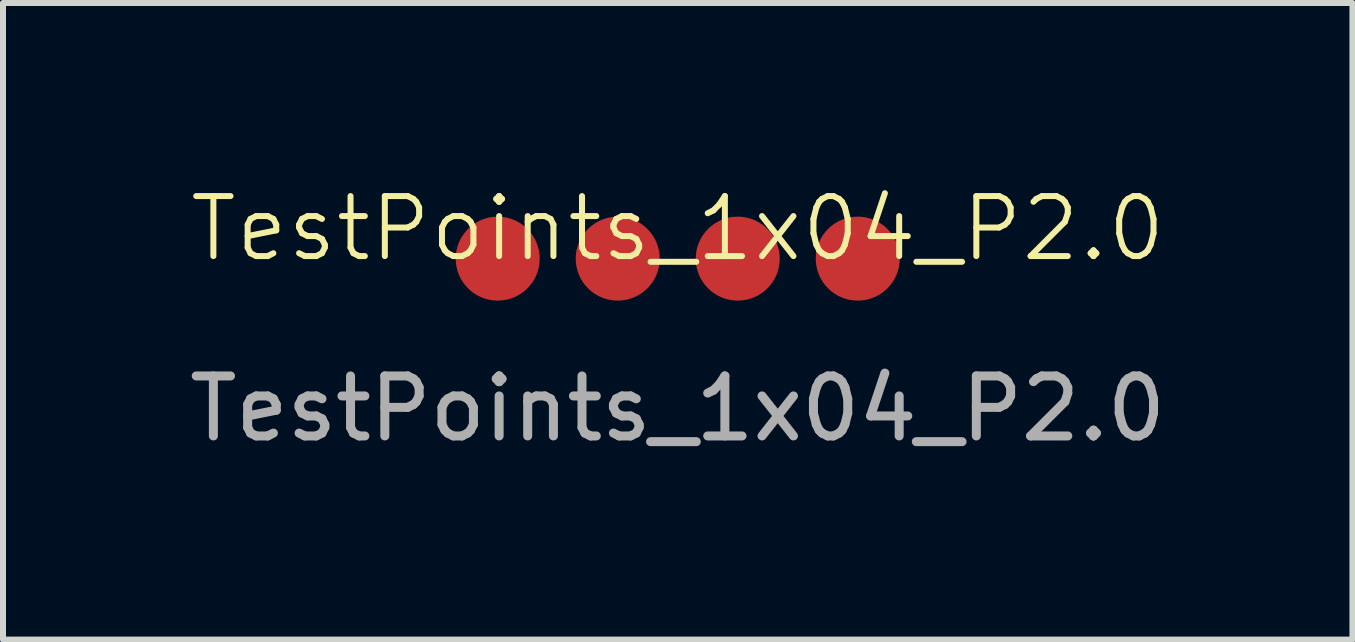
<source format=kicad_pcb>
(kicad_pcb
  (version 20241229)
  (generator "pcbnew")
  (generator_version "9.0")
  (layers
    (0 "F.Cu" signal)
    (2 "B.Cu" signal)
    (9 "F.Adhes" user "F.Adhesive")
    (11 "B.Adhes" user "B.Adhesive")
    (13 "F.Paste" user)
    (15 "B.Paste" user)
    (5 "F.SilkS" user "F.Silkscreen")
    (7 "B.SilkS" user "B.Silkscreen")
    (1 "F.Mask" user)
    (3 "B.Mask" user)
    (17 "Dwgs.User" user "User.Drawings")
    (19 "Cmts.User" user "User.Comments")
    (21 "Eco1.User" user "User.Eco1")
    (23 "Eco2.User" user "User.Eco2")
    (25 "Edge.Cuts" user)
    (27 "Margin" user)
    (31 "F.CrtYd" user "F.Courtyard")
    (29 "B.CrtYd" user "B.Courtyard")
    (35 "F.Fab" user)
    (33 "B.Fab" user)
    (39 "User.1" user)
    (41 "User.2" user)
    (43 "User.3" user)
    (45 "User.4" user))
  (footprint "TestPoints_1x04_P2.0"
    (layer "F.Cu")
    (at 8.244 1.26)
    (property "Reference" "TestPoints_1x04_P2.0" (at 0 -0.5 0) (unlocked yes) (layer "F.SilkS") (effects (font (size 1 1) (thickness 0.1))))
    (attr smd)
    (fp_text user "${REFERENCE}" (at 0 2.5 0) (unlocked yes) (layer "F.Fab") (effects (font (size 1 1) (thickness 0.15))))
    (pad "1" smd circle (at -3 0) (size 1.4 1.4) (layers "F.Cu" "F.Mask" "F.Paste"))
    (pad "2" smd circle (at -1 0) (size 1.4 1.4) (layers "F.Cu" "F.Mask" "F.Paste"))
    (pad "3" smd circle (at 1 0) (size 1.4 1.4) (layers "F.Cu" "F.Mask" "F.Paste"))
    (pad "4" smd circle (at 3 0) (size 1.4 1.4) (layers "F.Cu" "F.Mask" "F.Paste")))
  (gr_rect
    (start -3 -3)
    (end 19.488 7.609)
    (stroke (width 0.1) (type default))
    (fill no)
    (layer "Edge.Cuts")))
</source>
